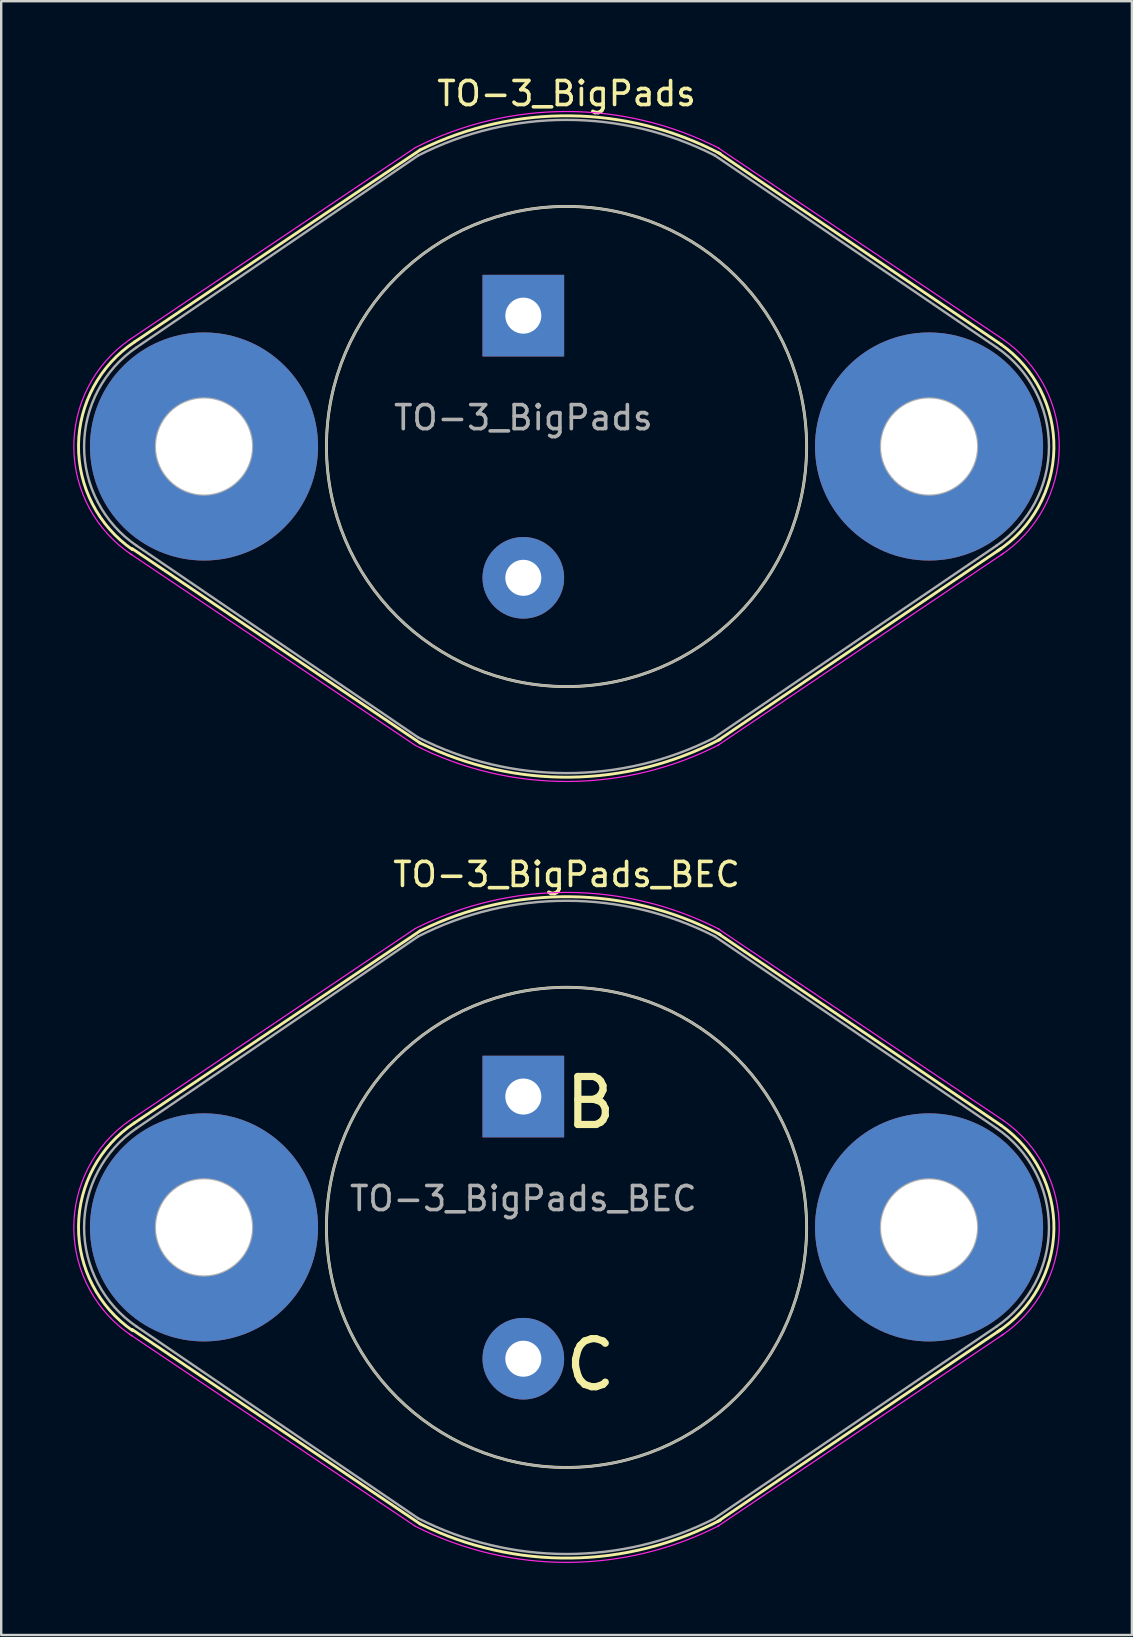
<source format=kicad_pcb>
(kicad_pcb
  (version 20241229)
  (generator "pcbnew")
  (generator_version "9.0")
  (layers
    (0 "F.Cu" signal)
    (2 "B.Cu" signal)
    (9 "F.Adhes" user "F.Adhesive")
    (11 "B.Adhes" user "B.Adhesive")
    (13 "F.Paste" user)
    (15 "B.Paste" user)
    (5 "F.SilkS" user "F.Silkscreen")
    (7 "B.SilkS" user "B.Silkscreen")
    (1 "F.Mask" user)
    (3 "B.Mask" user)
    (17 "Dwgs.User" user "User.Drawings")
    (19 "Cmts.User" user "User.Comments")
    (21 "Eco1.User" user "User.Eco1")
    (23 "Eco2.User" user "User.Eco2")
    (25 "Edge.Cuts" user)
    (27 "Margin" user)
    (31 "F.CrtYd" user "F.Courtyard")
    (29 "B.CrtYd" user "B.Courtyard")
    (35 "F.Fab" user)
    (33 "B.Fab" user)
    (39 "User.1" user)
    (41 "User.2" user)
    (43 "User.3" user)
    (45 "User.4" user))
  (footprint "TO-3_BigPads"
    (layer "F.Cu")
    (at 18.748 10.098)
    (property "Reference" "TO-3_BigPads" (at 1.8 -9.25 0) (layer "F.SilkS") (effects (font (size 1 1) (thickness 0.15))))
    (fp_line (start -4.3 -6.9) (end -16.2 1.1) (stroke (width 0.12) (type solid)) (layer "F.SilkS"))
    (fp_line (start -4.3 17.8) (end -16.3 9.7) (stroke (width 0.12) (type solid)) (layer "F.SilkS"))
    (fp_line (start 8.1 -6.8) (end 19.9 1.2) (stroke (width 0.12) (type solid)) (layer "F.SilkS"))
    (fp_line (start 8.1 17.7) (end 19.9 9.7) (stroke (width 0.12) (type solid)) (layer "F.SilkS"))
    (fp_arc (start -16.276967 9.747694) (mid -18.527843 5.403471) (end -16.2 1.1) (stroke (width 0.12) (type solid)) (layer "F.SilkS"))
    (fp_arc (start -4.3 -6.9) (mid 1.971643 -8.323273) (end 8.20587 -6.744152) (stroke (width 0.12) (type solid)) (layer "F.SilkS"))
    (fp_arc (start 8.20587 17.644152) (mid 1.971643 19.223273) (end -4.3 17.8) (stroke (width 0.12) (type solid)) (layer "F.SilkS"))
    (fp_arc (start 19.9 1.2) (mid 22.101343 5.542388) (end 19.747176 9.803859) (stroke (width 0.12) (type solid)) (layer "F.SilkS"))
    (fp_circle (center 1.8 5.45) (end 11.8 5.4) (stroke (width 0.12) (type solid)) (fill no) (layer "F.SilkS"))
    (fp_line (start -4.5 -7) (end -16.4 1) (stroke (width 0.05) (type solid)) (layer "F.CrtYd"))
    (fp_line (start -4.5 17.9) (end -16.4 9.9) (stroke (width 0.05) (type solid)) (layer "F.CrtYd"))
    (fp_line (start 8.1 -7) (end 20 1) (stroke (width 0.05) (type solid)) (layer "F.CrtYd"))
    (fp_line (start 8.1 17.9) (end 20 9.9) (stroke (width 0.05) (type solid)) (layer "F.CrtYd"))
    (fp_arc (start -16.296319 9.970461) (mid -18.722967 5.512679) (end -16.4 1) (stroke (width 0.05) (type solid)) (layer "F.CrtYd"))
    (fp_arc (start -4.5 -7) (mid 1.83884 -8.503171) (end 8.169214 -6.964733) (stroke (width 0.05) (type solid)) (layer "F.CrtYd"))
    (fp_arc (start 8.169214 17.864733) (mid 1.83884 19.403171) (end -4.5 17.9) (stroke (width 0.05) (type solid)) (layer "F.CrtYd"))
    (fp_arc (start 20 1) (mid 22.322967 5.512679) (end 19.896319 9.970461) (stroke (width 0.05) (type solid)) (layer "F.CrtYd"))
    (fp_line (start -4.38 -6.67) (end -16.11 1.32) (stroke (width 0.1) (type solid)) (layer "F.Fab"))
    (fp_line (start -4.38 17.57) (end -16.11 9.58) (stroke (width 0.1) (type solid)) (layer "F.Fab"))
    (fp_line (start 7.98 -6.67) (end 19.71 1.32) (stroke (width 0.1) (type solid)) (layer "F.Fab"))
    (fp_line (start 7.98 17.56) (end 19.71 9.58) (stroke (width 0.1) (type solid)) (layer "F.Fab"))
    (fp_arc (start -16.105547 9.583026) (mid -18.295297 5.452692) (end -16.11 1.32) (stroke (width 0.1) (type solid)) (layer "F.Fab"))
    (fp_arc (start -4.38 -6.67) (mid 1.795945 -8.15466) (end 7.972773 -6.673682) (stroke (width 0.1) (type solid)) (layer "F.Fab"))
    (fp_arc (start 7.972773 17.573682) (mid 1.795945 19.05466) (end -4.38 17.57) (stroke (width 0.1) (type solid)) (layer "F.Fab"))
    (fp_arc (start 19.71 1.32) (mid 21.895297 5.452692) (end 19.705547 9.583026) (stroke (width 0.1) (type solid)) (layer "F.Fab"))
    (fp_circle (center -13.3 5.45) (end -15.3 5.45) (stroke (width 0.1) (type solid)) (fill no) (layer "F.Fab"))
    (fp_circle (center 1.8 5.45) (end 11.8 5.45) (stroke (width 0.1) (type solid)) (fill no) (layer "F.Fab"))
    (fp_circle (center 16.9 5.45) (end 18.9 5.45) (stroke (width 0.1) (type solid)) (fill no) (layer "F.Fab"))
    (fp_text user "${REFERENCE}" (at 0 4.25 0) (layer "F.Fab") (effects (font (size 1 1) (thickness 0.15))))
    (pad "1" thru_hole rect (at 0 0) (size 3.4 3.4) (drill 1.5) (layers "*.Cu" "*.Mask"))
    (pad "2" thru_hole circle (at 0 10.92) (size 3.4 3.4) (drill 1.5) (layers "*.Cu" "*.Mask"))
    (pad "3" thru_hole circle (at -13.3 5.45) (size 9.5 9.5) (drill 4) (layers "*.Cu" "*.Mask"))
    (pad "3" thru_hole circle (at 16.9 5.45) (size 9.5 9.5) (drill 4) (layers "*.Cu" "*.Mask")))
  (footprint "TO-3_BigPads_BEC"
    (layer "F.Cu")
    (at 18.748 42.625)
    (property "Reference" "TO-3_BigPads_BEC" (at 1.8 -9.25 0) (layer "F.SilkS") (effects (font (size 1 1) (thickness 0.15))))
    (fp_line (start -4.3 -6.9) (end -16.2 1.1) (stroke (width 0.12) (type solid)) (layer "F.SilkS"))
    (fp_line (start -4.3 17.8) (end -16.3 9.7) (stroke (width 0.12) (type solid)) (layer "F.SilkS"))
    (fp_line (start 8.1 -6.8) (end 19.9 1.2) (stroke (width 0.12) (type solid)) (layer "F.SilkS"))
    (fp_line (start 8.1 17.7) (end 19.9 9.7) (stroke (width 0.12) (type solid)) (layer "F.SilkS"))
    (fp_arc (start -16.276967 9.747694) (mid -18.527843 5.403471) (end -16.2 1.1) (stroke (width 0.12) (type solid)) (layer "F.SilkS"))
    (fp_arc (start -4.3 -6.9) (mid 1.971643 -8.323273) (end 8.20587 -6.744152) (stroke (width 0.12) (type solid)) (layer "F.SilkS"))
    (fp_arc (start 8.20587 17.644152) (mid 1.971643 19.223273) (end -4.3 17.8) (stroke (width 0.12) (type solid)) (layer "F.SilkS"))
    (fp_arc (start 19.9 1.2) (mid 22.101343 5.542388) (end 19.747176 9.803859) (stroke (width 0.12) (type solid)) (layer "F.SilkS"))
    (fp_circle (center 1.8 5.45) (end 11.8 5.4) (stroke (width 0.12) (type solid)) (fill no) (layer "F.SilkS"))
    (fp_line (start -4.5 -7) (end -16.4 1) (stroke (width 0.05) (type solid)) (layer "F.CrtYd"))
    (fp_line (start -4.5 17.9) (end -16.4 9.9) (stroke (width 0.05) (type solid)) (layer "F.CrtYd"))
    (fp_line (start 8.1 -7) (end 20 1) (stroke (width 0.05) (type solid)) (layer "F.CrtYd"))
    (fp_line (start 8.1 17.9) (end 20 9.9) (stroke (width 0.05) (type solid)) (layer "F.CrtYd"))
    (fp_arc (start -16.296319 9.970461) (mid -18.722967 5.512679) (end -16.4 1) (stroke (width 0.05) (type solid)) (layer "F.CrtYd"))
    (fp_arc (start -4.5 -7) (mid 1.83884 -8.503171) (end 8.169214 -6.964733) (stroke (width 0.05) (type solid)) (layer "F.CrtYd"))
    (fp_arc (start 8.169214 17.864733) (mid 1.83884 19.403171) (end -4.5 17.9) (stroke (width 0.05) (type solid)) (layer "F.CrtYd"))
    (fp_arc (start 20 1) (mid 22.322967 5.512679) (end 19.896319 9.970461) (stroke (width 0.05) (type solid)) (layer "F.CrtYd"))
    (fp_line (start -4.38 -6.67) (end -16.11 1.32) (stroke (width 0.1) (type solid)) (layer "F.Fab"))
    (fp_line (start -4.38 17.57) (end -16.11 9.58) (stroke (width 0.1) (type solid)) (layer "F.Fab"))
    (fp_line (start 7.98 -6.67) (end 19.71 1.32) (stroke (width 0.1) (type solid)) (layer "F.Fab"))
    (fp_line (start 7.98 17.56) (end 19.71 9.58) (stroke (width 0.1) (type solid)) (layer "F.Fab"))
    (fp_arc (start -16.105547 9.583026) (mid -18.295297 5.452692) (end -16.11 1.32) (stroke (width 0.1) (type solid)) (layer "F.Fab"))
    (fp_arc (start -4.38 -6.67) (mid 1.795945 -8.15466) (end 7.972773 -6.673682) (stroke (width 0.1) (type solid)) (layer "F.Fab"))
    (fp_arc (start 7.972773 17.573682) (mid 1.795945 19.05466) (end -4.38 17.57) (stroke (width 0.1) (type solid)) (layer "F.Fab"))
    (fp_arc (start 19.71 1.32) (mid 21.895297 5.452692) (end 19.705547 9.583026) (stroke (width 0.1) (type solid)) (layer "F.Fab"))
    (fp_circle (center -13.3 5.45) (end -15.3 5.45) (stroke (width 0.1) (type solid)) (fill no) (layer "F.Fab"))
    (fp_circle (center 1.8 5.45) (end 11.8 5.45) (stroke (width 0.1) (type solid)) (fill no) (layer "F.Fab"))
    (fp_circle (center 16.9 5.45) (end 18.9 5.45) (stroke (width 0.1) (type solid)) (fill no) (layer "F.Fab"))
    (fp_text user "B" (at 2.794 0.254 0) (unlocked yes) (layer "F.SilkS") (effects (font (size 2 2) (thickness 0.3))))
    (fp_text user "C" (at 2.794 11.176 0) (unlocked yes) (layer "F.SilkS") (effects (font (size 2 2) (thickness 0.3))))
    (fp_text user "${REFERENCE}" (at 0 4.25 0) (layer "F.Fab") (effects (font (size 1 1) (thickness 0.15))))
    (pad "1" thru_hole rect (at 0 0) (size 3.4 3.4) (drill 1.5) (layers "*.Cu" "*.Mask"))
    (pad "2" thru_hole circle (at 0 10.92) (size 3.4 3.4) (drill 1.5) (layers "*.Cu" "*.Mask"))
    (pad "3" thru_hole circle (at -13.3 5.45) (size 9.5 9.5) (drill 4) (layers "*.Cu" "*.Mask"))
    (pad "3" thru_hole circle (at 16.9 5.45) (size 9.5 9.5) (drill 4) (layers "*.Cu" "*.Mask")))
  (gr_rect
    (start -3 -3)
    (end 44.097 65.053)
    (stroke (width 0.1) (type default))
    (fill no)
    (layer "Edge.Cuts")))
</source>
